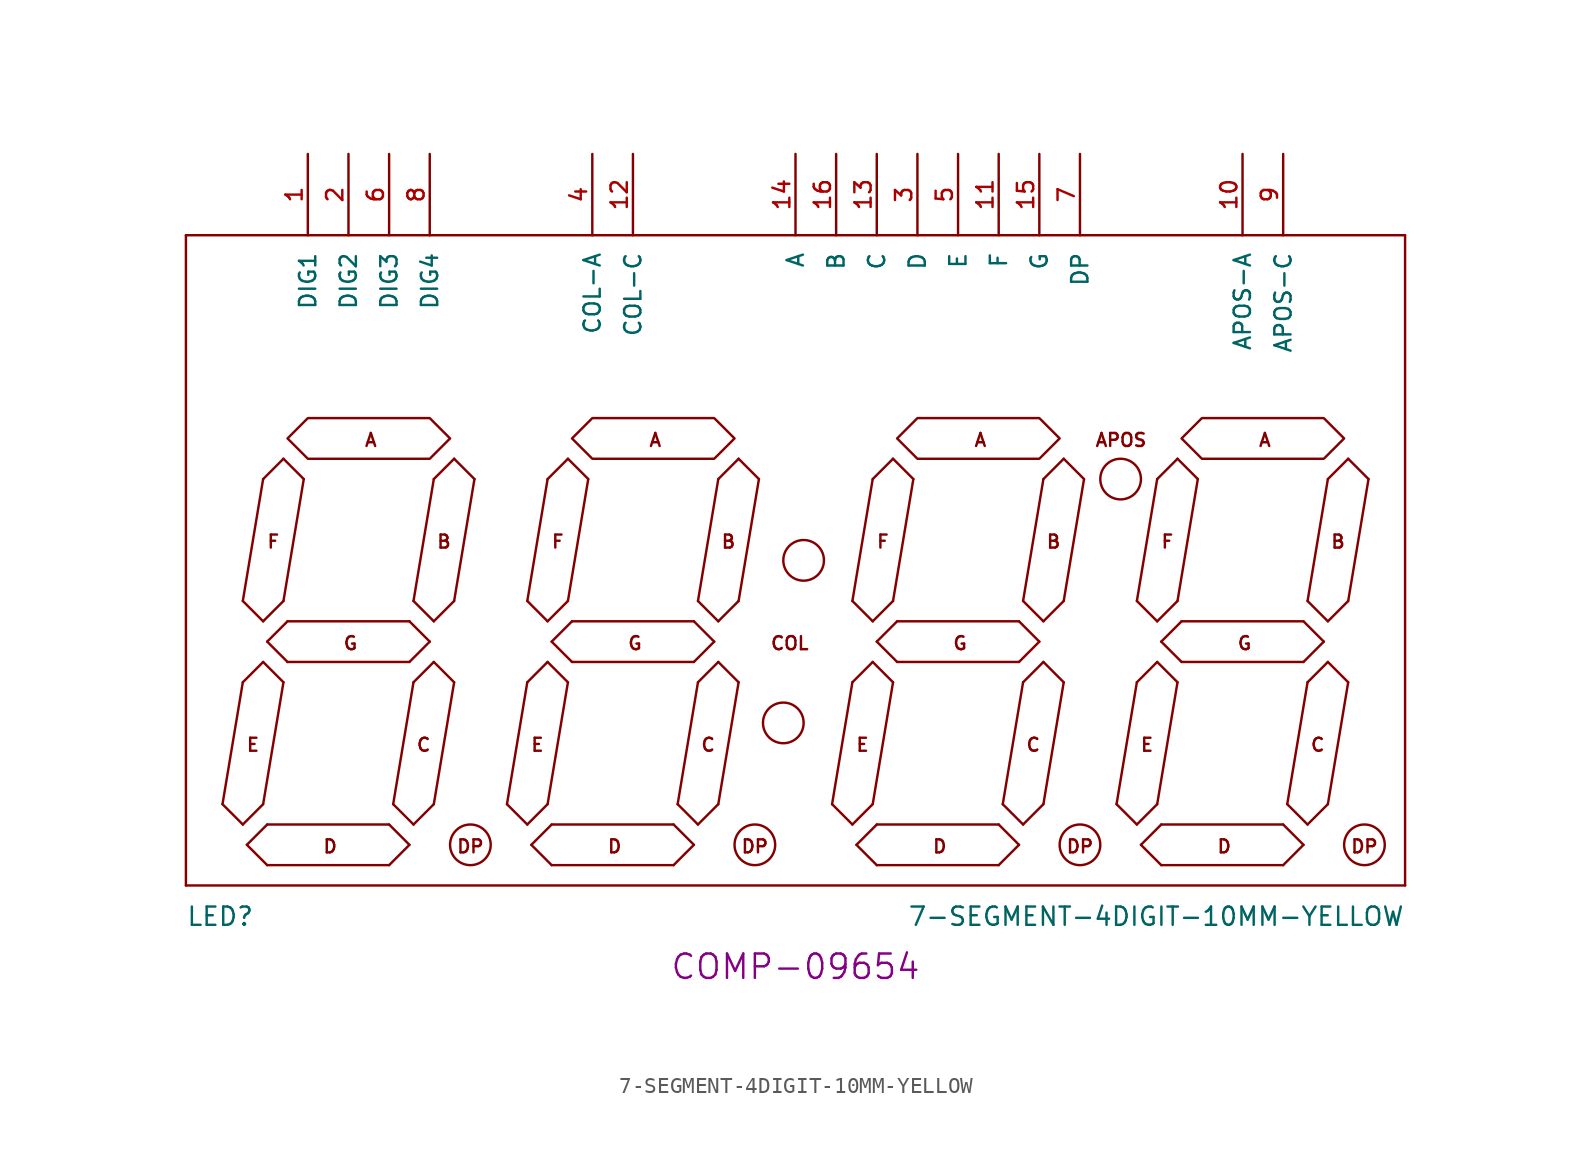
<source format=kicad_sym>
(kicad_symbol_lib
  (version 20220914)
  (generator kicad_symbol_editor)
  (symbol "7-SEGMENT-4DIGIT-10MM-YELLOW"
    (pin_names
      (offset 1.016))
    (property "Reference" "LED"
      (at -38.1 -19.05 0)
      (effects (font (size 1.143 1.143)) (justify left top)))
    (property "Value" "7-SEGMENT-4DIGIT-10MM-YELLOW"
      (at 38.1 -19.05 0)
      (effects (font (size 1.143 1.143)) (justify right top)))
    (property "Field4" "COMP-09654"
      (at 0 -22.86 0)
      (effects (font (size 1.524 1.524))))
    (property "ki_locked" ""
      (at 0 0 0)
      (effects (font (size 1.27 1.27))))
    (symbol "7-SEGMENT-4DIGIT-10MM-YELLOW_1_0"
      (polyline (pts (xy -38.1 -17.78) (xy -38.1 22.86)) (stroke (width 0) (type solid)) (fill (type none)))
      (polyline (pts (xy -35.814 -12.7) (xy -34.544 -13.97)) (stroke (width 0) (type solid)) (fill (type none)))
      (polyline (pts (xy -34.544 -13.97) (xy -33.274 -12.7)) (stroke (width 0) (type solid)) (fill (type none)))
      (polyline (pts (xy -34.544 -5.08) (xy -35.814 -12.7)) (stroke (width 0) (type solid)) (fill (type none)))
      (polyline (pts (xy -34.544 0) (xy -33.274 -1.27)) (stroke (width 0) (type solid)) (fill (type none)))
      (polyline (pts (xy -34.29 -15.24) (xy -33.02 -16.51)) (stroke (width 0) (type solid)) (fill (type none)))
      (polyline (pts (xy -34.29 -15.24) (xy -33.02 -13.97)) (stroke (width 0) (type solid)) (fill (type none)))
      (polyline (pts (xy -33.274 -12.7) (xy -32.004 -5.08)) (stroke (width 0) (type solid)) (fill (type none)))
      (polyline (pts (xy -33.274 -3.81) (xy -34.544 -5.08)) (stroke (width 0) (type solid)) (fill (type none)))
      (polyline (pts (xy -33.274 -3.81) (xy -32.004 -5.08)) (stroke (width 0) (type solid)) (fill (type none)))
      (polyline (pts (xy -33.274 -1.27) (xy -32.004 0)) (stroke (width 0) (type solid)) (fill (type none)))
      (polyline (pts (xy -33.274 7.62) (xy -34.544 0)) (stroke (width 0) (type solid)) (fill (type none)))
      (polyline (pts (xy -33.02 -16.51) (xy -25.4 -16.51)) (stroke (width 0) (type solid)) (fill (type none)))
      (polyline (pts (xy -33.02 -2.54) (xy -31.75 -3.81)) (stroke (width 0) (type solid)) (fill (type none)))
      (polyline (pts (xy -33.02 -2.54) (xy -31.75 -1.27)) (stroke (width 0) (type solid)) (fill (type none)))
      (polyline (pts (xy -32.004 0) (xy -30.734 7.62)) (stroke (width 0) (type solid)) (fill (type none)))
      (polyline (pts (xy -32.004 8.89) (xy -33.274 7.62)) (stroke (width 0) (type solid)) (fill (type none)))
      (polyline (pts (xy -32.004 8.89) (xy -30.734 7.62)) (stroke (width 0) (type solid)) (fill (type none)))
      (polyline (pts (xy -31.75 -3.81) (xy -24.13 -3.81)) (stroke (width 0) (type solid)) (fill (type none)))
      (polyline (pts (xy -25.4 -16.51) (xy -24.13 -15.24)) (stroke (width 0) (type solid)) (fill (type none)))
      (polyline (pts (xy -25.4 -13.97) (xy -33.02 -13.97)) (stroke (width 0) (type solid)) (fill (type none)))
      (polyline (pts (xy -25.146 -12.7) (xy -23.876 -13.97)) (stroke (width 0) (type solid)) (fill (type none)))
      (polyline (pts (xy -24.13 -15.24) (xy -25.4 -13.97)) (stroke (width 0) (type solid)) (fill (type none)))
      (polyline (pts (xy -24.13 -3.81) (xy -22.86 -2.54)) (stroke (width 0) (type solid)) (fill (type none)))
      (polyline (pts (xy -24.13 -1.27) (xy -31.75 -1.27)) (stroke (width 0) (type solid)) (fill (type none)))
      (polyline (pts (xy -23.876 -13.97) (xy -22.606 -12.7)) (stroke (width 0) (type solid)) (fill (type none)))
      (polyline (pts (xy -23.876 -5.08) (xy -25.146 -12.7)) (stroke (width 0) (type solid)) (fill (type none)))
      (polyline (pts (xy -23.876 0) (xy -22.606 -1.27)) (stroke (width 0) (type solid)) (fill (type none)))
      (polyline (pts (xy -22.86 -2.54) (xy -24.13 -1.27)) (stroke (width 0) (type solid)) (fill (type none)))
      (polyline (pts (xy -22.606 -12.7) (xy -21.336 -5.08)) (stroke (width 0) (type solid)) (fill (type none)))
      (polyline (pts (xy -22.606 -3.81) (xy -23.876 -5.08)) (stroke (width 0) (type solid)) (fill (type none)))
      (polyline (pts (xy -22.606 -3.81) (xy -21.336 -5.08)) (stroke (width 0) (type solid)) (fill (type none)))
      (polyline (pts (xy -22.606 -1.27) (xy -21.336 0)) (stroke (width 0) (type solid)) (fill (type none)))
      (polyline (pts (xy -22.606 7.62) (xy -23.876 0)) (stroke (width 0) (type solid)) (fill (type none)))
      (polyline (pts (xy -21.336 0) (xy -20.066 7.62)) (stroke (width 0) (type solid)) (fill (type none)))
      (polyline (pts (xy -21.336 8.89) (xy -22.606 7.62)) (stroke (width 0) (type solid)) (fill (type none)))
      (polyline (pts (xy -21.336 8.89) (xy -20.066 7.62)) (stroke (width 0) (type solid)) (fill (type none)))
      (polyline (pts (xy -18.034 -12.7) (xy -16.764 -13.97)) (stroke (width 0) (type solid)) (fill (type none)))
      (polyline (pts (xy -16.764 -13.97) (xy -15.494 -12.7)) (stroke (width 0) (type solid)) (fill (type none)))
      (polyline (pts (xy -16.764 -5.08) (xy -18.034 -12.7)) (stroke (width 0) (type solid)) (fill (type none)))
      (polyline (pts (xy -16.764 0) (xy -15.494 -1.27)) (stroke (width 0) (type solid)) (fill (type none)))
      (polyline (pts (xy -16.51 -15.24) (xy -15.24 -16.51)) (stroke (width 0) (type solid)) (fill (type none)))
      (polyline (pts (xy -16.51 -15.24) (xy -15.24 -13.97)) (stroke (width 0) (type solid)) (fill (type none)))
      (polyline (pts (xy -15.494 -12.7) (xy -14.224 -5.08)) (stroke (width 0) (type solid)) (fill (type none)))
      (polyline (pts (xy -15.494 -3.81) (xy -16.764 -5.08)) (stroke (width 0) (type solid)) (fill (type none)))
      (polyline (pts (xy -15.494 -3.81) (xy -14.224 -5.08)) (stroke (width 0) (type solid)) (fill (type none)))
      (polyline (pts (xy -15.494 -1.27) (xy -14.224 0)) (stroke (width 0) (type solid)) (fill (type none)))
      (polyline (pts (xy -15.494 7.62) (xy -16.764 0)) (stroke (width 0) (type solid)) (fill (type none)))
      (polyline (pts (xy -15.24 -16.51) (xy -7.62 -16.51)) (stroke (width 0) (type solid)) (fill (type none)))
      (polyline (pts (xy -15.24 -2.54) (xy -13.97 -3.81)) (stroke (width 0) (type solid)) (fill (type none)))
      (polyline (pts (xy -15.24 -2.54) (xy -13.97 -1.27)) (stroke (width 0) (type solid)) (fill (type none)))
      (polyline (pts (xy -14.224 0) (xy -12.954 7.62)) (stroke (width 0) (type solid)) (fill (type none)))
      (polyline (pts (xy -14.224 8.89) (xy -15.494 7.62)) (stroke (width 0) (type solid)) (fill (type none)))
      (polyline (pts (xy -14.224 8.89) (xy -12.954 7.62)) (stroke (width 0) (type solid)) (fill (type none)))
      (polyline (pts (xy -13.97 -3.81) (xy -6.35 -3.81)) (stroke (width 0) (type solid)) (fill (type none)))
      (polyline (pts (xy -7.62 -16.51) (xy -6.35 -15.24)) (stroke (width 0) (type solid)) (fill (type none)))
      (polyline (pts (xy -7.62 -13.97) (xy -15.24 -13.97)) (stroke (width 0) (type solid)) (fill (type none)))
      (polyline (pts (xy -7.366 -12.7) (xy -6.096 -13.97)) (stroke (width 0) (type solid)) (fill (type none)))
      (polyline (pts (xy -6.35 -15.24) (xy -7.62 -13.97)) (stroke (width 0) (type solid)) (fill (type none)))
      (polyline (pts (xy -6.35 -3.81) (xy -5.08 -2.54)) (stroke (width 0) (type solid)) (fill (type none)))
      (polyline (pts (xy -6.35 -1.27) (xy -13.97 -1.27)) (stroke (width 0) (type solid)) (fill (type none)))
      (polyline (pts (xy -6.096 -13.97) (xy -4.826 -12.7)) (stroke (width 0) (type solid)) (fill (type none)))
      (polyline (pts (xy -6.096 -5.08) (xy -7.366 -12.7)) (stroke (width 0) (type solid)) (fill (type none)))
      (polyline (pts (xy -6.096 0) (xy -4.826 -1.27)) (stroke (width 0) (type solid)) (fill (type none)))
      (polyline (pts (xy -5.08 -2.54) (xy -6.35 -1.27)) (stroke (width 0) (type solid)) (fill (type none)))
      (polyline (pts (xy -4.826 -12.7) (xy -3.556 -5.08)) (stroke (width 0) (type solid)) (fill (type none)))
      (polyline (pts (xy -4.826 -3.81) (xy -6.096 -5.08)) (stroke (width 0) (type solid)) (fill (type none)))
      (polyline (pts (xy -4.826 -3.81) (xy -3.556 -5.08)) (stroke (width 0) (type solid)) (fill (type none)))
      (polyline (pts (xy -4.826 -1.27) (xy -3.556 0)) (stroke (width 0) (type solid)) (fill (type none)))
      (polyline (pts (xy -4.826 7.62) (xy -6.096 0)) (stroke (width 0) (type solid)) (fill (type none)))
      (polyline (pts (xy -3.556 0) (xy -2.286 7.62)) (stroke (width 0) (type solid)) (fill (type none)))
      (polyline (pts (xy -3.556 8.89) (xy -4.826 7.62)) (stroke (width 0) (type solid)) (fill (type none)))
      (polyline (pts (xy -3.556 8.89) (xy -2.286 7.62)) (stroke (width 0) (type solid)) (fill (type none)))
      (polyline (pts (xy 2.286 -12.7) (xy 3.556 -13.97)) (stroke (width 0) (type solid)) (fill (type none)))
      (polyline (pts (xy 3.556 -13.97) (xy 4.826 -12.7)) (stroke (width 0) (type solid)) (fill (type none)))
      (polyline (pts (xy 3.556 -5.08) (xy 2.286 -12.7)) (stroke (width 0) (type solid)) (fill (type none)))
      (polyline (pts (xy 3.556 0) (xy 4.826 -1.27)) (stroke (width 0) (type solid)) (fill (type none)))
      (polyline (pts (xy 3.81 -15.24) (xy 5.08 -16.51)) (stroke (width 0) (type solid)) (fill (type none)))
      (polyline (pts (xy 3.81 -15.24) (xy 5.08 -13.97)) (stroke (width 0) (type solid)) (fill (type none)))
      (polyline (pts (xy 4.826 -12.7) (xy 6.096 -5.08)) (stroke (width 0) (type solid)) (fill (type none)))
      (polyline (pts (xy 4.826 -3.81) (xy 3.556 -5.08)) (stroke (width 0) (type solid)) (fill (type none)))
      (polyline (pts (xy 4.826 -3.81) (xy 6.096 -5.08)) (stroke (width 0) (type solid)) (fill (type none)))
      (polyline (pts (xy 4.826 -1.27) (xy 6.096 0)) (stroke (width 0) (type solid)) (fill (type none)))
      (polyline (pts (xy 4.826 7.62) (xy 3.556 0)) (stroke (width 0) (type solid)) (fill (type none)))
      (polyline (pts (xy 5.08 -16.51) (xy 12.7 -16.51)) (stroke (width 0) (type solid)) (fill (type none)))
      (polyline (pts (xy 5.08 -2.54) (xy 6.35 -3.81)) (stroke (width 0) (type solid)) (fill (type none)))
      (polyline (pts (xy 5.08 -2.54) (xy 6.35 -1.27)) (stroke (width 0) (type solid)) (fill (type none)))
      (polyline (pts (xy 6.096 0) (xy 7.366 7.62)) (stroke (width 0) (type solid)) (fill (type none)))
      (polyline (pts (xy 6.096 8.89) (xy 4.826 7.62)) (stroke (width 0) (type solid)) (fill (type none)))
      (polyline (pts (xy 6.096 8.89) (xy 7.366 7.62)) (stroke (width 0) (type solid)) (fill (type none)))
      (polyline (pts (xy 6.35 -3.81) (xy 13.97 -3.81)) (stroke (width 0) (type solid)) (fill (type none)))
      (polyline (pts (xy 12.7 -16.51) (xy 13.97 -15.24)) (stroke (width 0) (type solid)) (fill (type none)))
      (polyline (pts (xy 12.7 -13.97) (xy 5.08 -13.97)) (stroke (width 0) (type solid)) (fill (type none)))
      (polyline (pts (xy 12.954 -12.7) (xy 14.224 -13.97)) (stroke (width 0) (type solid)) (fill (type none)))
      (polyline (pts (xy 13.97 -15.24) (xy 12.7 -13.97)) (stroke (width 0) (type solid)) (fill (type none)))
      (polyline (pts (xy 13.97 -3.81) (xy 15.24 -2.54)) (stroke (width 0) (type solid)) (fill (type none)))
      (polyline (pts (xy 13.97 -1.27) (xy 6.35 -1.27)) (stroke (width 0) (type solid)) (fill (type none)))
      (polyline (pts (xy 14.224 -13.97) (xy 15.494 -12.7)) (stroke (width 0) (type solid)) (fill (type none)))
      (polyline (pts (xy 14.224 -5.08) (xy 12.954 -12.7)) (stroke (width 0) (type solid)) (fill (type none)))
      (polyline (pts (xy 14.224 0) (xy 15.494 -1.27)) (stroke (width 0) (type solid)) (fill (type none)))
      (polyline (pts (xy 15.24 -2.54) (xy 13.97 -1.27)) (stroke (width 0) (type solid)) (fill (type none)))
      (polyline (pts (xy 15.494 -12.7) (xy 16.764 -5.08)) (stroke (width 0) (type solid)) (fill (type none)))
      (polyline (pts (xy 15.494 -3.81) (xy 14.224 -5.08)) (stroke (width 0) (type solid)) (fill (type none)))
      (polyline (pts (xy 15.494 -3.81) (xy 16.764 -5.08)) (stroke (width 0) (type solid)) (fill (type none)))
      (polyline (pts (xy 15.494 -1.27) (xy 16.764 0)) (stroke (width 0) (type solid)) (fill (type none)))
      (polyline (pts (xy 15.494 7.62) (xy 14.224 0)) (stroke (width 0) (type solid)) (fill (type none)))
      (polyline (pts (xy 16.764 0) (xy 18.034 7.62)) (stroke (width 0) (type solid)) (fill (type none)))
      (polyline (pts (xy 16.764 8.89) (xy 15.494 7.62)) (stroke (width 0) (type solid)) (fill (type none)))
      (polyline (pts (xy 16.764 8.89) (xy 18.034 7.62)) (stroke (width 0) (type solid)) (fill (type none)))
      (polyline (pts (xy 20.066 -12.7) (xy 21.336 -13.97)) (stroke (width 0) (type solid)) (fill (type none)))
      (polyline (pts (xy 21.336 -13.97) (xy 22.606 -12.7)) (stroke (width 0) (type solid)) (fill (type none)))
      (polyline (pts (xy 21.336 -5.08) (xy 20.066 -12.7)) (stroke (width 0) (type solid)) (fill (type none)))
      (polyline (pts (xy 21.336 0) (xy 22.606 -1.27)) (stroke (width 0) (type solid)) (fill (type none)))
      (polyline (pts (xy 21.59 -15.24) (xy 22.86 -16.51)) (stroke (width 0) (type solid)) (fill (type none)))
      (polyline (pts (xy 21.59 -15.24) (xy 22.86 -13.97)) (stroke (width 0) (type solid)) (fill (type none)))
      (polyline (pts (xy 22.606 -12.7) (xy 23.876 -5.08)) (stroke (width 0) (type solid)) (fill (type none)))
      (polyline (pts (xy 22.606 -3.81) (xy 21.336 -5.08)) (stroke (width 0) (type solid)) (fill (type none)))
      (polyline (pts (xy 22.606 -3.81) (xy 23.876 -5.08)) (stroke (width 0) (type solid)) (fill (type none)))
      (polyline (pts (xy 22.606 -1.27) (xy 23.876 0)) (stroke (width 0) (type solid)) (fill (type none)))
      (polyline (pts (xy 22.606 7.62) (xy 21.336 0)) (stroke (width 0) (type solid)) (fill (type none)))
      (polyline (pts (xy 22.86 -16.51) (xy 30.48 -16.51)) (stroke (width 0) (type solid)) (fill (type none)))
      (polyline (pts (xy 22.86 -2.54) (xy 24.13 -3.81)) (stroke (width 0) (type solid)) (fill (type none)))
      (polyline (pts (xy 22.86 -2.54) (xy 24.13 -1.27)) (stroke (width 0) (type solid)) (fill (type none)))
      (polyline (pts (xy 23.876 0) (xy 25.146 7.62)) (stroke (width 0) (type solid)) (fill (type none)))
      (polyline (pts (xy 23.876 8.89) (xy 22.606 7.62)) (stroke (width 0) (type solid)) (fill (type none)))
      (polyline (pts (xy 23.876 8.89) (xy 25.146 7.62)) (stroke (width 0) (type solid)) (fill (type none)))
      (polyline (pts (xy 24.13 -3.81) (xy 31.75 -3.81)) (stroke (width 0) (type solid)) (fill (type none)))
      (polyline (pts (xy 30.48 -16.51) (xy 31.75 -15.24)) (stroke (width 0) (type solid)) (fill (type none)))
      (polyline (pts (xy 30.48 -13.97) (xy 22.86 -13.97)) (stroke (width 0) (type solid)) (fill (type none)))
      (polyline (pts (xy 30.734 -12.7) (xy 32.004 -13.97)) (stroke (width 0) (type solid)) (fill (type none)))
      (polyline (pts (xy 31.75 -15.24) (xy 30.48 -13.97)) (stroke (width 0) (type solid)) (fill (type none)))
      (polyline (pts (xy 31.75 -3.81) (xy 33.02 -2.54)) (stroke (width 0) (type solid)) (fill (type none)))
      (polyline (pts (xy 31.75 -1.27) (xy 24.13 -1.27)) (stroke (width 0) (type solid)) (fill (type none)))
      (polyline (pts (xy 32.004 -13.97) (xy 33.274 -12.7)) (stroke (width 0) (type solid)) (fill (type none)))
      (polyline (pts (xy 32.004 -5.08) (xy 30.734 -12.7)) (stroke (width 0) (type solid)) (fill (type none)))
      (polyline (pts (xy 32.004 0) (xy 33.274 -1.27)) (stroke (width 0) (type solid)) (fill (type none)))
      (polyline (pts (xy 33.02 -2.54) (xy 31.75 -1.27)) (stroke (width 0) (type solid)) (fill (type none)))
      (polyline (pts (xy 33.274 -12.7) (xy 34.544 -5.08)) (stroke (width 0) (type solid)) (fill (type none)))
      (polyline (pts (xy 33.274 -3.81) (xy 32.004 -5.08)) (stroke (width 0) (type solid)) (fill (type none)))
      (polyline (pts (xy 33.274 -3.81) (xy 34.544 -5.08)) (stroke (width 0) (type solid)) (fill (type none)))
      (polyline (pts (xy 33.274 -1.27) (xy 34.544 0)) (stroke (width 0) (type solid)) (fill (type none)))
      (polyline (pts (xy 33.274 7.62) (xy 32.004 0)) (stroke (width 0) (type solid)) (fill (type none)))
      (polyline (pts (xy 34.544 0) (xy 35.814 7.62)) (stroke (width 0) (type solid)) (fill (type none)))
      (polyline (pts (xy 34.544 8.89) (xy 33.274 7.62)) (stroke (width 0) (type solid)) (fill (type none)))
      (polyline (pts (xy 34.544 8.89) (xy 35.814 7.62)) (stroke (width 0) (type solid)) (fill (type none)))
      (polyline (pts (xy 38.1 -17.78) (xy -38.1 -17.78)) (stroke (width 0) (type solid)) (fill (type none)))
      (polyline (pts (xy 38.1 22.86) (xy -38.1 22.86)) (stroke (width 0) (type solid)) (fill (type none)))
      (polyline (pts (xy 38.1 22.86) (xy 38.1 -17.78)) (stroke (width 0) (type solid)) (fill (type none)))
      (text "A" (at -26.543 10.058 0) (effects (font (size 0.813 0.813))))
      (text "A" (at -8.763 10.058 0) (effects (font (size 0.813 0.813))))
      (text "A" (at 11.557 10.058 0) (effects (font (size 0.813 0.813))))
      (text "A" (at 29.337 10.058 0) (effects (font (size 0.813 0.813))))
      (text "APOS" (at 20.345 10.058 0) (effects (font (size 0.813 0.813))))
      (text "B" (at -21.971 3.708 0) (effects (font (size 0.813 0.813))))
      (text "B" (at -4.191 3.708 0) (effects (font (size 0.813 0.813))))
      (text "B" (at 16.129 3.708 0) (effects (font (size 0.813 0.813))))
      (text "B" (at 33.909 3.708 0) (effects (font (size 0.813 0.813))))
      (text "C" (at -23.241 -8.992 0) (effects (font (size 0.813 0.813))))
      (text "C" (at -5.461 -8.992 0) (effects (font (size 0.813 0.813))))
      (text "C" (at 14.859 -8.992 0) (effects (font (size 0.813 0.813))))
      (text "C" (at 32.639 -8.992 0) (effects (font (size 0.813 0.813))))
      (text "COL" (at -0.356 -2.642 0) (effects (font (size 0.813 0.813))))
      (text "D" (at -29.083 -15.342 0) (effects (font (size 0.813 0.813))))
      (text "D" (at -11.303 -15.342 0) (effects (font (size 0.813 0.813))))
      (text "D" (at 9.017 -15.342 0) (effects (font (size 0.813 0.813))))
      (text "D" (at 26.797 -15.342 0) (effects (font (size 0.813 0.813))))
      (text "DP" (at -20.32 -15.342 0) (effects (font (size 0.813 0.813))))
      (text "DP" (at -2.54 -15.342 0) (effects (font (size 0.813 0.813))))
      (text "DP" (at 17.78 -15.342 0) (effects (font (size 0.813 0.813))))
      (text "DP" (at 35.56 -15.342 0) (effects (font (size 0.813 0.813))))
      (text "E" (at -33.909 -8.992 0) (effects (font (size 0.813 0.813))))
      (text "E" (at -16.129 -8.992 0) (effects (font (size 0.813 0.813))))
      (text "E" (at 4.191 -8.992 0) (effects (font (size 0.813 0.813))))
      (text "E" (at 21.971 -8.992 0) (effects (font (size 0.813 0.813))))
      (text "F" (at -32.639 3.708 0) (effects (font (size 0.813 0.813))))
      (text "F" (at -14.859 3.708 0) (effects (font (size 0.813 0.813))))
      (text "F" (at 5.461 3.708 0) (effects (font (size 0.813 0.813))))
      (text "F" (at 23.241 3.708 0) (effects (font (size 0.813 0.813))))
      (text "G" (at -27.813 -2.642 0) (effects (font (size 0.813 0.813))))
      (text "G" (at -10.033 -2.642 0) (effects (font (size 0.813 0.813))))
      (text "G" (at 10.287 -2.642 0) (effects (font (size 0.813 0.813))))
      (text "G" (at 28.067 -2.642 0) (effects (font (size 0.813 0.813)))))
    (symbol "7-SEGMENT-4DIGIT-10MM-YELLOW_1_1"
      (circle (center -20.32 -15.24) (radius 1.27) (stroke (width 0) (type solid)) (fill (type none)))
      (circle (center -2.54 -15.24) (radius 1.27) (stroke (width 0) (type solid)) (fill (type none)))
      (circle (center -0.762 -7.62) (radius 1.27) (stroke (width 0) (type solid)) (fill (type none)))
      (polyline (pts (xy -22.86 11.43) (xy -21.59 10.16) (xy -22.86 8.89) (xy -30.48 8.89) (xy -31.75 10.16) (xy -30.48 11.43) (xy -22.86 11.43)) (stroke (width 0) (type solid)) (fill (type none)))
      (polyline (pts (xy -5.08 11.43) (xy -3.81 10.16) (xy -5.08 8.89) (xy -12.7 8.89) (xy -13.97 10.16) (xy -12.7 11.43) (xy -5.08 11.43)) (stroke (width 0) (type solid)) (fill (type none)))
      (polyline (pts (xy 15.24 11.43) (xy 16.51 10.16) (xy 15.24 8.89) (xy 7.62 8.89) (xy 6.35 10.16) (xy 7.62 11.43) (xy 15.24 11.43)) (stroke (width 0) (type solid)) (fill (type none)))
      (polyline (pts (xy 33.02 11.43) (xy 34.29 10.16) (xy 33.02 8.89) (xy 25.4 8.89) (xy 24.13 10.16) (xy 25.4 11.43) (xy 33.02 11.43)) (stroke (width 0) (type solid)) (fill (type none)))
      (circle (center 0.508 2.54) (radius 1.27) (stroke (width 0) (type solid)) (fill (type none)))
      (circle (center 17.78 -15.24) (radius 1.27) (stroke (width 0) (type solid)) (fill (type none)))
      (circle (center 20.32 7.62) (radius 1.27) (stroke (width 0) (type solid)) (fill (type none)))
      (circle (center 35.56 -15.24) (radius 1.27) (stroke (width 0) (type solid)) (fill (type none)))
      (pin bidirectional line (at -30.48 27.94 270) (length 5.08) (name "DIG1" (effects (font (size 1.016 1.016)))) (number "1" (effects (font (size 1.016 1.016)))))
      (pin bidirectional line (at 27.94 27.94 270) (length 5.08) (name "APOS-A" (effects (font (size 1.016 1.016)))) (number "10" (effects (font (size 1.016 1.016)))))
      (pin bidirectional line (at 12.7 27.94 270) (length 5.08) (name "F" (effects (font (size 1.016 1.016)))) (number "11" (effects (font (size 1.016 1.016)))))
      (pin bidirectional line (at -10.16 27.94 270) (length 5.08) (name "COL-C" (effects (font (size 1.016 1.016)))) (number "12" (effects (font (size 1.016 1.016)))))
      (pin bidirectional line (at 5.08 27.94 270) (length 5.08) (name "C" (effects (font (size 1.016 1.016)))) (number "13" (effects (font (size 1.016 1.016)))))
      (pin bidirectional line (at 0 27.94 270) (length 5.08) (name "A" (effects (font (size 1.016 1.016)))) (number "14" (effects (font (size 1.016 1.016)))))
      (pin bidirectional line (at 15.24 27.94 270) (length 5.08) (name "G" (effects (font (size 1.016 1.016)))) (number "15" (effects (font (size 1.016 1.016)))))
      (pin bidirectional line (at 2.54 27.94 270) (length 5.08) (name "B" (effects (font (size 1.016 1.016)))) (number "16" (effects (font (size 1.016 1.016)))))
      (pin bidirectional line (at -27.94 27.94 270) (length 5.08) (name "DIG2" (effects (font (size 1.016 1.016)))) (number "2" (effects (font (size 1.016 1.016)))))
      (pin bidirectional line (at 7.62 27.94 270) (length 5.08) (name "D" (effects (font (size 1.016 1.016)))) (number "3" (effects (font (size 1.016 1.016)))))
      (pin bidirectional line (at -12.7 27.94 270) (length 5.08) (name "COL-A" (effects (font (size 1.016 1.016)))) (number "4" (effects (font (size 1.016 1.016)))))
      (pin bidirectional line (at 10.16 27.94 270) (length 5.08) (name "E" (effects (font (size 1.016 1.016)))) (number "5" (effects (font (size 1.016 1.016)))))
      (pin bidirectional line (at -25.4 27.94 270) (length 5.08) (name "DIG3" (effects (font (size 1.016 1.016)))) (number "6" (effects (font (size 1.016 1.016)))))
      (pin bidirectional line (at 17.78 27.94 270) (length 5.08) (name "DP" (effects (font (size 1.016 1.016)))) (number "7" (effects (font (size 1.016 1.016)))))
      (pin bidirectional line (at -22.86 27.94 270) (length 5.08) (name "DIG4" (effects (font (size 1.016 1.016)))) (number "8" (effects (font (size 1.016 1.016)))))
      (pin bidirectional line (at 30.48 27.94 270) (length 5.08) (name "APOS-C" (effects (font (size 1.016 1.016)))) (number "9" (effects (font (size 1.016 1.016))))))))
</source>
